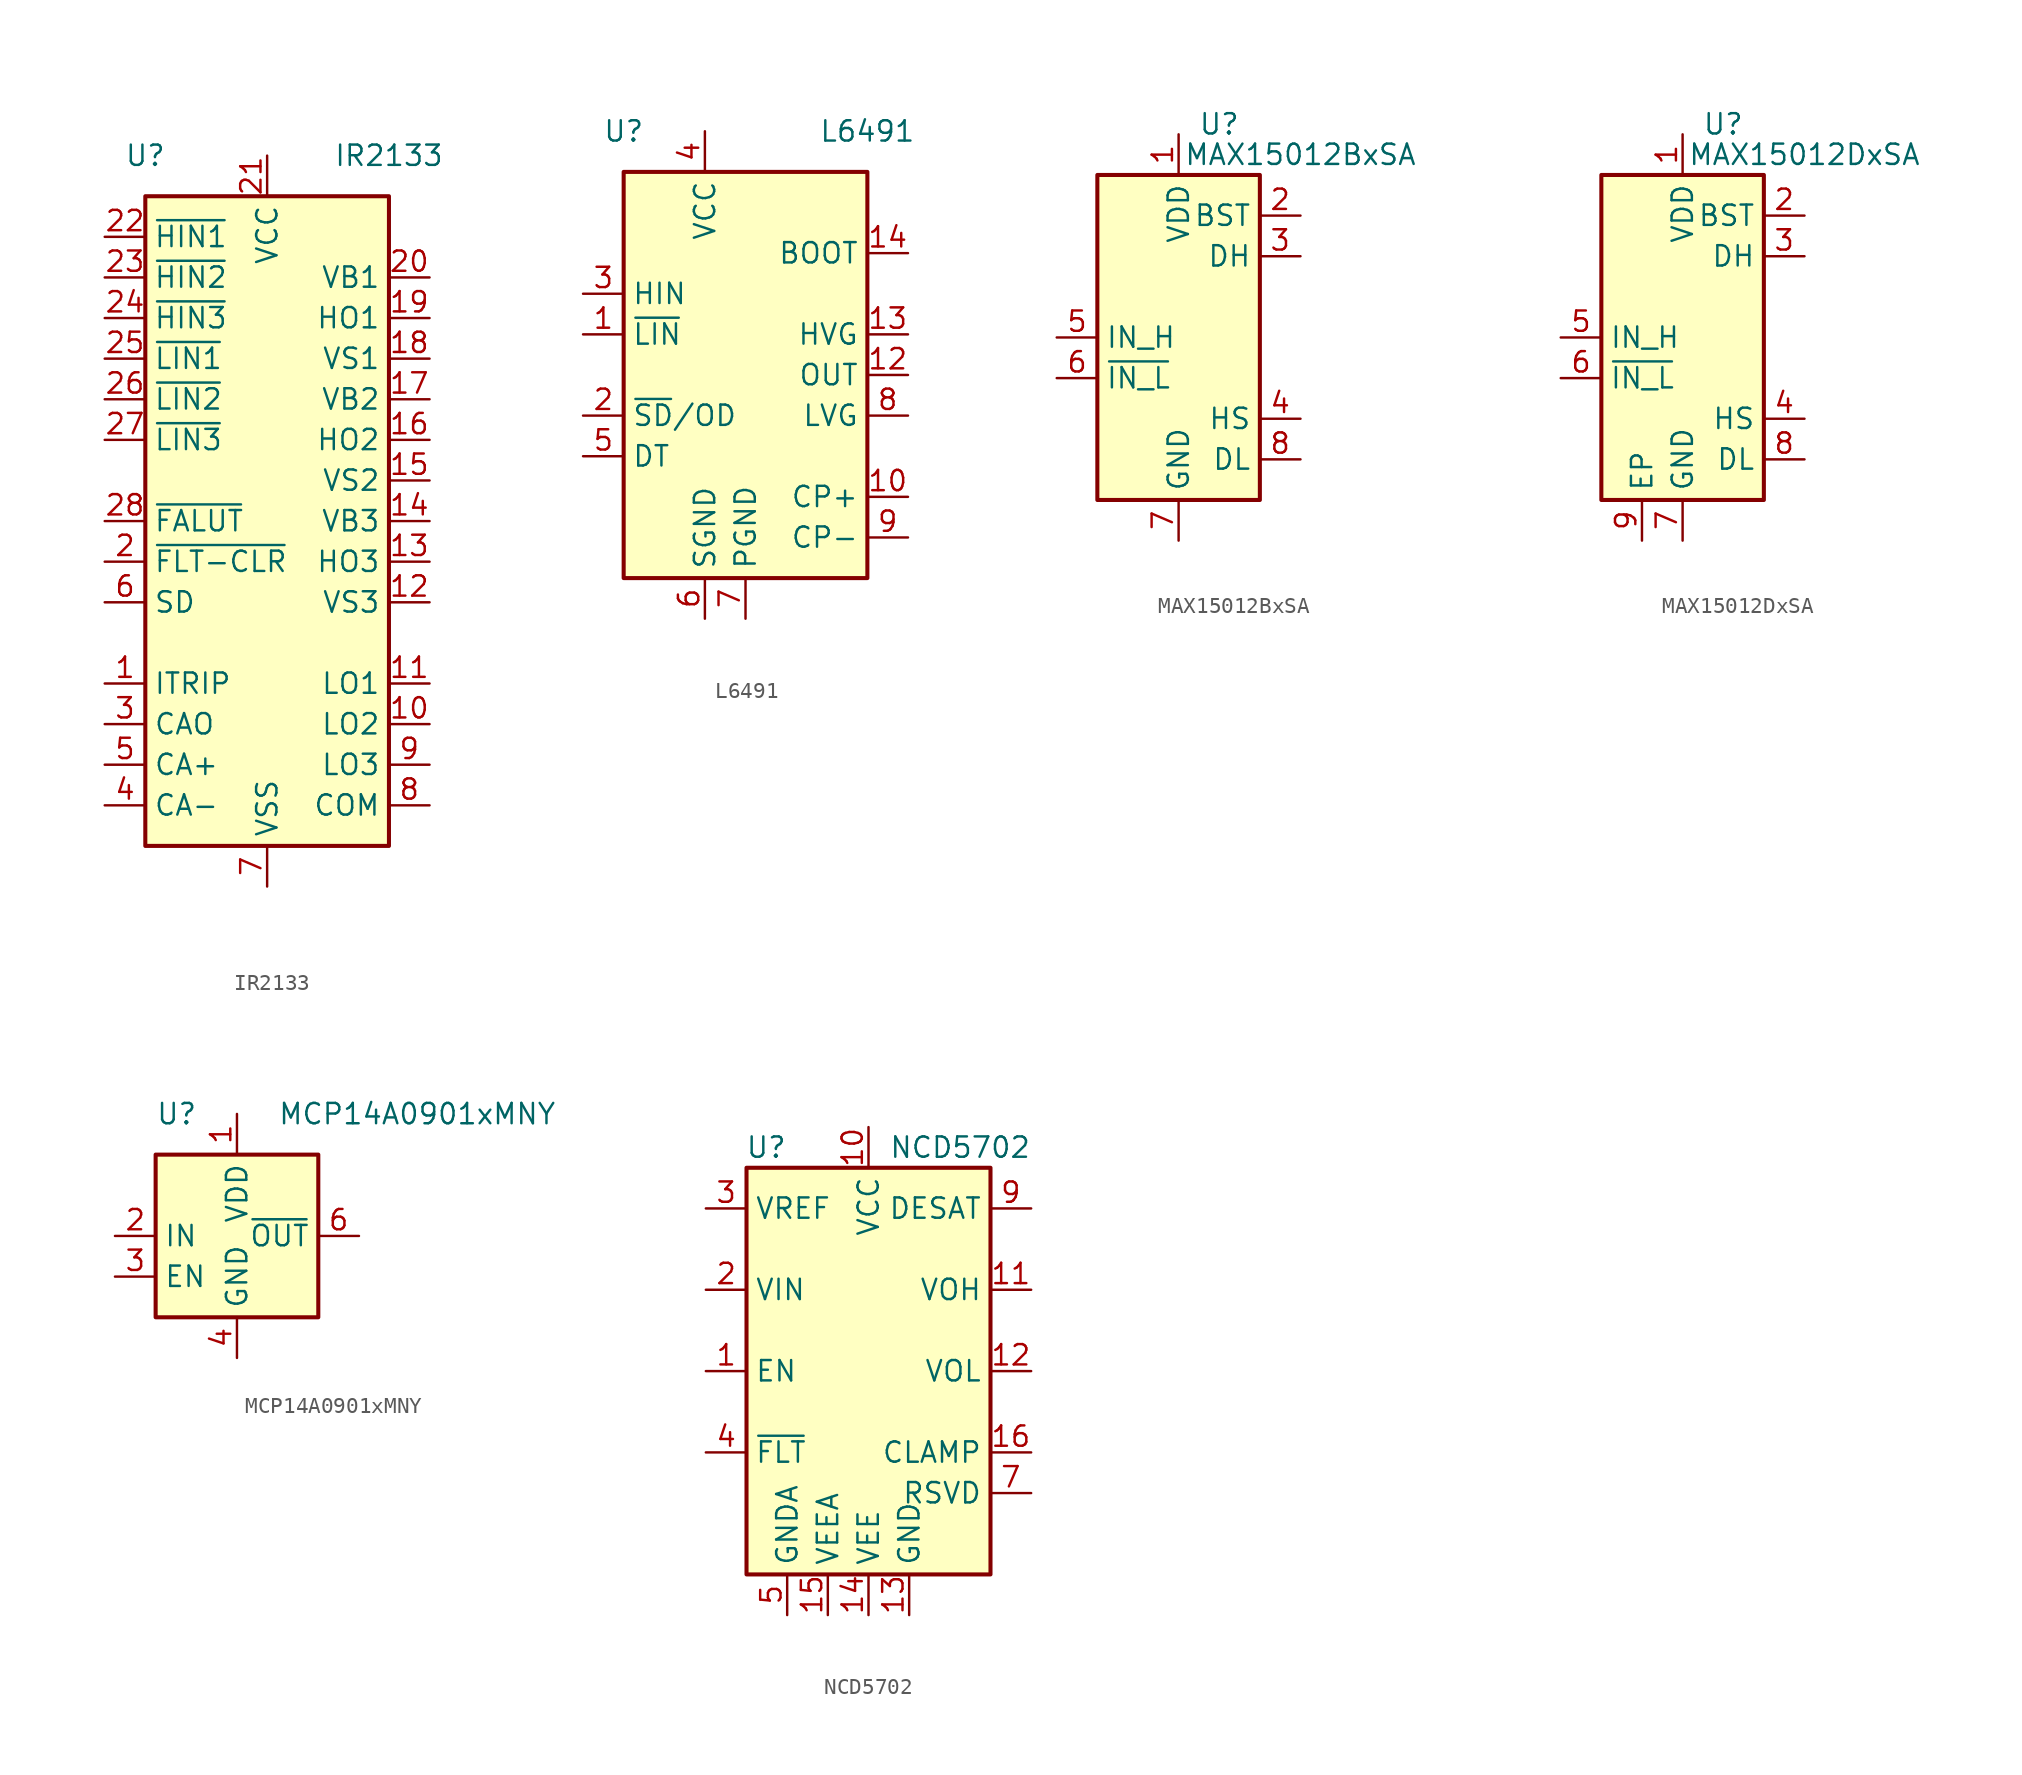
<source format=kicad_sym>
(kicad_symbol_lib
  (version 20201005)
  (generator kicad_symbol_editor)
  (symbol "IR2133"
    (property "Reference" "U"
      (at -7.62 22.86 0)
      (effects (font (size 1.27 1.27))))
    (property "Value" "IR2133"
      (at 7.62 22.86 0)
      (effects (font (size 1.27 1.27))))
    (symbol "IR2133_0_1"
      (rectangle (start -7.62 -20.32) (end 7.62 20.32) (stroke (width 0.254)) (fill (type background))))
    (symbol "IR2133_1_1"
      (pin input line (at -10.16 -10.16 0) (length 2.54) (name "ITRIP" (effects (font (size 1.27 1.27)))) (number "1" (effects (font (size 1.27 1.27)))))
      (pin output line (at 10.16 -12.7 180) (length 2.54) (name "LO2" (effects (font (size 1.27 1.27)))) (number "10" (effects (font (size 1.27 1.27)))))
      (pin output line (at 10.16 -10.16 180) (length 2.54) (name "LO1" (effects (font (size 1.27 1.27)))) (number "11" (effects (font (size 1.27 1.27)))))
      (pin passive line (at 10.16 -5.08 180) (length 2.54) (name "VS3" (effects (font (size 1.27 1.27)))) (number "12" (effects (font (size 1.27 1.27)))))
      (pin output line (at 10.16 -2.54 180) (length 2.54) (name "HO3" (effects (font (size 1.27 1.27)))) (number "13" (effects (font (size 1.27 1.27)))))
      (pin passive line (at 10.16 0 180) (length 2.54) (name "VB3" (effects (font (size 1.27 1.27)))) (number "14" (effects (font (size 1.27 1.27)))))
      (pin passive line (at 10.16 2.54 180) (length 2.54) (name "VS2" (effects (font (size 1.27 1.27)))) (number "15" (effects (font (size 1.27 1.27)))))
      (pin output line (at 10.16 5.08 180) (length 2.54) (name "HO2" (effects (font (size 1.27 1.27)))) (number "16" (effects (font (size 1.27 1.27)))))
      (pin passive line (at 10.16 7.62 180) (length 2.54) (name "VB2" (effects (font (size 1.27 1.27)))) (number "17" (effects (font (size 1.27 1.27)))))
      (pin passive line (at 10.16 10.16 180) (length 2.54) (name "VS1" (effects (font (size 1.27 1.27)))) (number "18" (effects (font (size 1.27 1.27)))))
      (pin output line (at 10.16 12.7 180) (length 2.54) (name "HO1" (effects (font (size 1.27 1.27)))) (number "19" (effects (font (size 1.27 1.27)))))
      (pin input line (at -10.16 -2.54 0) (length 2.54) (name "~FLT-CLR" (effects (font (size 1.27 1.27)))) (number "2" (effects (font (size 1.27 1.27)))))
      (pin passive line (at 10.16 15.24 180) (length 2.54) (name "VB1" (effects (font (size 1.27 1.27)))) (number "20" (effects (font (size 1.27 1.27)))))
      (pin power_in line (at 0 22.86 270) (length 2.54) (name "VCC" (effects (font (size 1.27 1.27)))) (number "21" (effects (font (size 1.27 1.27)))))
      (pin input line (at -10.16 17.78 0) (length 2.54) (name "~HIN1" (effects (font (size 1.27 1.27)))) (number "22" (effects (font (size 1.27 1.27)))))
      (pin input line (at -10.16 15.24 0) (length 2.54) (name "~HIN2" (effects (font (size 1.27 1.27)))) (number "23" (effects (font (size 1.27 1.27)))))
      (pin input line (at -10.16 12.7 0) (length 2.54) (name "~HIN3" (effects (font (size 1.27 1.27)))) (number "24" (effects (font (size 1.27 1.27)))))
      (pin input line (at -10.16 10.16 0) (length 2.54) (name "~LIN1" (effects (font (size 1.27 1.27)))) (number "25" (effects (font (size 1.27 1.27)))))
      (pin input line (at -10.16 7.62 0) (length 2.54) (name "~LIN2" (effects (font (size 1.27 1.27)))) (number "26" (effects (font (size 1.27 1.27)))))
      (pin input line (at -10.16 5.08 0) (length 2.54) (name "~LIN3" (effects (font (size 1.27 1.27)))) (number "27" (effects (font (size 1.27 1.27)))))
      (pin output line (at -10.16 0 0) (length 2.54) (name "~FALUT" (effects (font (size 1.27 1.27)))) (number "28" (effects (font (size 1.27 1.27)))))
      (pin output line (at -10.16 -12.7 0) (length 2.54) (name "CAO" (effects (font (size 1.27 1.27)))) (number "3" (effects (font (size 1.27 1.27)))))
      (pin input line (at -10.16 -17.78 0) (length 2.54) (name "CA-" (effects (font (size 1.27 1.27)))) (number "4" (effects (font (size 1.27 1.27)))))
      (pin input line (at -10.16 -15.24 0) (length 2.54) (name "CA+" (effects (font (size 1.27 1.27)))) (number "5" (effects (font (size 1.27 1.27)))))
      (pin input line (at -10.16 -5.08 0) (length 2.54) (name "SD" (effects (font (size 1.27 1.27)))) (number "6" (effects (font (size 1.27 1.27)))))
      (pin power_in line (at 0 -22.86 90) (length 2.54) (name "VSS" (effects (font (size 1.27 1.27)))) (number "7" (effects (font (size 1.27 1.27)))))
      (pin passive line (at 10.16 -17.78 180) (length 2.54) (name "COM" (effects (font (size 1.27 1.27)))) (number "8" (effects (font (size 1.27 1.27)))))
      (pin output line (at 10.16 -15.24 180) (length 2.54) (name "LO3" (effects (font (size 1.27 1.27)))) (number "9" (effects (font (size 1.27 1.27)))))))
  (symbol "L6491"
    (property "Reference" "U"
      (at -7.62 15.24 0)
      (effects (font (size 1.27 1.27))))
    (property "Value" "L6491"
      (at 7.62 15.24 0)
      (effects (font (size 1.27 1.27))))
    (symbol "L6491_0_1"
      (rectangle (start -7.62 -12.7) (end 7.62 12.7) (stroke (width 0.254)) (fill (type background))))
    (symbol "L6491_1_1"
      (pin input line (at -10.16 2.54 0) (length 2.54) (name "~LIN" (effects (font (size 1.27 1.27)))) (number "1" (effects (font (size 1.27 1.27)))))
      (pin input line (at 10.16 -7.62 180) (length 2.54) (name "CP+" (effects (font (size 1.27 1.27)))) (number "10" (effects (font (size 1.27 1.27)))))
      (pin no_connect line (at 7.62 -5.08 180) (length 2.54) hide (name "NC" (effects (font (size 1.27 1.27)))) (number "11" (effects (font (size 1.27 1.27)))))
      (pin input line (at 10.16 0 180) (length 2.54) (name "OUT" (effects (font (size 1.27 1.27)))) (number "12" (effects (font (size 1.27 1.27)))))
      (pin output line (at 10.16 2.54 180) (length 2.54) (name "HVG" (effects (font (size 1.27 1.27)))) (number "13" (effects (font (size 1.27 1.27)))))
      (pin passive line (at 10.16 7.62 180) (length 2.54) (name "BOOT" (effects (font (size 1.27 1.27)))) (number "14" (effects (font (size 1.27 1.27)))))
      (pin input line (at -10.16 -2.54 0) (length 2.54) (name "~SD~/OD" (effects (font (size 1.27 1.27)))) (number "2" (effects (font (size 1.27 1.27)))))
      (pin input line (at -10.16 5.08 0) (length 2.54) (name "HIN" (effects (font (size 1.27 1.27)))) (number "3" (effects (font (size 1.27 1.27)))))
      (pin power_in line (at -2.54 15.24 270) (length 2.54) (name "VCC" (effects (font (size 1.27 1.27)))) (number "4" (effects (font (size 1.27 1.27)))))
      (pin input line (at -10.16 -5.08 0) (length 2.54) (name "DT" (effects (font (size 1.27 1.27)))) (number "5" (effects (font (size 1.27 1.27)))))
      (pin power_in line (at -2.54 -15.24 90) (length 2.54) (name "SGND" (effects (font (size 1.27 1.27)))) (number "6" (effects (font (size 1.27 1.27)))))
      (pin power_in line (at 0 -15.24 90) (length 2.54) (name "PGND" (effects (font (size 1.27 1.27)))) (number "7" (effects (font (size 1.27 1.27)))))
      (pin output line (at 10.16 -2.54 180) (length 2.54) (name "LVG" (effects (font (size 1.27 1.27)))) (number "8" (effects (font (size 1.27 1.27)))))
      (pin input line (at 10.16 -10.16 180) (length 2.54) (name "CP-" (effects (font (size 1.27 1.27)))) (number "9" (effects (font (size 1.27 1.27)))))))
  (symbol "MAX15012BxSA"
    (property "Reference" "U"
      (at 2.54 13.335 0)
      (effects (font (size 1.27 1.27))))
    (property "Value" "MAX15012BxSA"
      (at 7.62 11.43 0)
      (effects (font (size 1.27 1.27))))
    (symbol "MAX15012BxSA_0_1"
      (rectangle (start -5.08 -10.16) (end 5.08 10.16) (stroke (width 0.254)) (fill (type background))))
    (symbol "MAX15012BxSA_1_1"
      (pin power_in line (at 0 12.7 270) (length 2.54) (name "VDD" (effects (font (size 1.27 1.27)))) (number "1" (effects (font (size 1.27 1.27)))))
      (pin power_in line (at 7.62 7.62 180) (length 2.54) (name "BST" (effects (font (size 1.27 1.27)))) (number "2" (effects (font (size 1.27 1.27)))))
      (pin output line (at 7.62 5.08 180) (length 2.54) (name "DH" (effects (font (size 1.27 1.27)))) (number "3" (effects (font (size 1.27 1.27)))))
      (pin passive line (at 7.62 -5.08 180) (length 2.54) (name "HS" (effects (font (size 1.27 1.27)))) (number "4" (effects (font (size 1.27 1.27)))))
      (pin input line (at -7.62 0 0) (length 2.54) (name "IN_H" (effects (font (size 1.27 1.27)))) (number "5" (effects (font (size 1.27 1.27)))))
      (pin input line (at -7.62 -2.54 0) (length 2.54) (name "~IN_L" (effects (font (size 1.27 1.27)))) (number "6" (effects (font (size 1.27 1.27)))))
      (pin power_in line (at 0 -12.7 90) (length 2.54) (name "GND" (effects (font (size 1.27 1.27)))) (number "7" (effects (font (size 1.27 1.27)))))
      (pin output line (at 7.62 -7.62 180) (length 2.54) (name "DL" (effects (font (size 1.27 1.27)))) (number "8" (effects (font (size 1.27 1.27)))))))
  (symbol "MAX15012DxSA"
    (property "Reference" "U"
      (at 2.54 13.335 0)
      (effects (font (size 1.27 1.27))))
    (property "Value" "MAX15012DxSA"
      (at 7.62 11.43 0)
      (effects (font (size 1.27 1.27))))
    (symbol "MAX15012DxSA_0_1"
      (rectangle (start -5.08 -10.16) (end 5.08 10.16) (stroke (width 0.254)) (fill (type background))))
    (symbol "MAX15012DxSA_1_1"
      (pin power_in line (at 0 12.7 270) (length 2.54) (name "VDD" (effects (font (size 1.27 1.27)))) (number "1" (effects (font (size 1.27 1.27)))))
      (pin power_in line (at 7.62 7.62 180) (length 2.54) (name "BST" (effects (font (size 1.27 1.27)))) (number "2" (effects (font (size 1.27 1.27)))))
      (pin output line (at 7.62 5.08 180) (length 2.54) (name "DH" (effects (font (size 1.27 1.27)))) (number "3" (effects (font (size 1.27 1.27)))))
      (pin passive line (at 7.62 -5.08 180) (length 2.54) (name "HS" (effects (font (size 1.27 1.27)))) (number "4" (effects (font (size 1.27 1.27)))))
      (pin input line (at -7.62 0 0) (length 2.54) (name "IN_H" (effects (font (size 1.27 1.27)))) (number "5" (effects (font (size 1.27 1.27)))))
      (pin input line (at -7.62 -2.54 0) (length 2.54) (name "~IN_L" (effects (font (size 1.27 1.27)))) (number "6" (effects (font (size 1.27 1.27)))))
      (pin power_in line (at 0 -12.7 90) (length 2.54) (name "GND" (effects (font (size 1.27 1.27)))) (number "7" (effects (font (size 1.27 1.27)))))
      (pin output line (at 7.62 -7.62 180) (length 2.54) (name "DL" (effects (font (size 1.27 1.27)))) (number "8" (effects (font (size 1.27 1.27)))))
      (pin output line (at -2.54 -12.7 90) (length 2.54) (name "EP" (effects (font (size 1.27 1.27)))) (number "9" (effects (font (size 1.27 1.27)))))))
  (symbol "MCP14A0901xMNY"
    (property "Reference" "U"
      (at -5.08 7.62 0)
      (effects (font (size 1.27 1.27)) (justify left)))
    (property "Value" "MCP14A0901xMNY"
      (at 2.54 7.62 0)
      (effects (font (size 1.27 1.27)) (justify left)))
    (symbol "MCP14A0901xMNY_0_1"
      (rectangle (start -5.08 -5.08) (end 5.08 5.08) (stroke (width 0.254)) (fill (type background))))
    (symbol "MCP14A0901xMNY_1_1"
      (pin power_in line (at 0 7.62 270) (length 2.54) (name "VDD" (effects (font (size 1.27 1.27)))) (number "1" (effects (font (size 1.27 1.27)))))
      (pin input line (at -7.62 0 0) (length 2.54) (name "IN" (effects (font (size 1.27 1.27)))) (number "2" (effects (font (size 1.27 1.27)))))
      (pin input line (at -7.62 -2.54 0) (length 2.54) (name "EN" (effects (font (size 1.27 1.27)))) (number "3" (effects (font (size 1.27 1.27)))))
      (pin power_in line (at 0 -7.62 90) (length 2.54) (name "GND" (effects (font (size 1.27 1.27)))) (number "4" (effects (font (size 1.27 1.27)))))
      (pin passive line (at 0 -7.62 90) (length 2.54) hide (name "GND" (effects (font (size 1.27 1.27)))) (number "5" (effects (font (size 1.27 1.27)))))
      (pin output line (at 7.62 0 180) (length 2.54) (name "~OUT" (effects (font (size 1.27 1.27)))) (number "6" (effects (font (size 1.27 1.27)))))
      (pin passive line (at 7.62 0 180) (length 2.54) hide (name "~OUT" (effects (font (size 1.27 1.27)))) (number "7" (effects (font (size 1.27 1.27)))))
      (pin passive line (at 0 7.62 270) (length 2.54) hide (name "VDD" (effects (font (size 1.27 1.27)))) (number "8" (effects (font (size 1.27 1.27)))))
      (pin passive line (at 0 -7.62 90) (length 2.54) hide (name "GND" (effects (font (size 1.27 1.27)))) (number "9" (effects (font (size 1.27 1.27)))))))
  (symbol "NCD5702"
    (property "Reference" "U"
      (at -5.08 13.97 0)
      (effects (font (size 1.27 1.27)) (justify right)))
    (property "Value" "NCD5702"
      (at 1.27 13.97 0)
      (effects (font (size 1.27 1.27)) (justify left)))
    (symbol "NCD5702_0_1"
      (rectangle (start -7.62 12.7) (end 7.62 -12.7) (stroke (width 0.254)) (fill (type background))))
    (symbol "NCD5702_1_1"
      (pin input line (at -10.16 0 0) (length 2.54) (name "EN" (effects (font (size 1.27 1.27)))) (number "1" (effects (font (size 1.27 1.27)))))
      (pin power_in line (at 0 15.24 270) (length 2.54) (name "VCC" (effects (font (size 1.27 1.27)))) (number "10" (effects (font (size 1.27 1.27)))))
      (pin open_emitter line (at 10.16 5.08 180) (length 2.54) (name "VOH" (effects (font (size 1.27 1.27)))) (number "11" (effects (font (size 1.27 1.27)))))
      (pin open_collector line (at 10.16 0 180) (length 2.54) (name "VOL" (effects (font (size 1.27 1.27)))) (number "12" (effects (font (size 1.27 1.27)))))
      (pin power_in line (at 2.54 -15.24 90) (length 2.54) (name "GND" (effects (font (size 1.27 1.27)))) (number "13" (effects (font (size 1.27 1.27)))))
      (pin power_in line (at 0 -15.24 90) (length 2.54) (name "VEE" (effects (font (size 1.27 1.27)))) (number "14" (effects (font (size 1.27 1.27)))))
      (pin power_in line (at -2.54 -15.24 90) (length 2.54) (name "VEEA" (effects (font (size 1.27 1.27)))) (number "15" (effects (font (size 1.27 1.27)))))
      (pin open_collector line (at 10.16 -5.08 180) (length 2.54) (name "CLAMP" (effects (font (size 1.27 1.27)))) (number "16" (effects (font (size 1.27 1.27)))))
      (pin input line (at -10.16 5.08 0) (length 2.54) (name "VIN" (effects (font (size 1.27 1.27)))) (number "2" (effects (font (size 1.27 1.27)))))
      (pin power_out line (at -10.16 10.16 0) (length 2.54) (name "VREF" (effects (font (size 1.27 1.27)))) (number "3" (effects (font (size 1.27 1.27)))))
      (pin open_collector line (at -10.16 -5.08 0) (length 2.54) (name "~FLT" (effects (font (size 1.27 1.27)))) (number "4" (effects (font (size 1.27 1.27)))))
      (pin power_in line (at -5.08 -15.24 90) (length 2.54) (name "GNDA" (effects (font (size 1.27 1.27)))) (number "5" (effects (font (size 1.27 1.27)))))
      (pin no_connect line (at -7.62 7.62 0) (length 2.54) hide (name "NC" (effects (font (size 1.27 1.27)))) (number "6" (effects (font (size 1.27 1.27)))))
      (pin passive line (at 10.16 -7.62 180) (length 2.54) (name "RSVD" (effects (font (size 1.27 1.27)))) (number "7" (effects (font (size 1.27 1.27)))))
      (pin no_connect line (at -7.62 2.54 0) (length 2.54) hide (name "NC" (effects (font (size 1.27 1.27)))) (number "8" (effects (font (size 1.27 1.27)))))
      (pin input line (at 10.16 10.16 180) (length 2.54) (name "DESAT" (effects (font (size 1.27 1.27)))) (number "9" (effects (font (size 1.27 1.27))))))))
</source>
